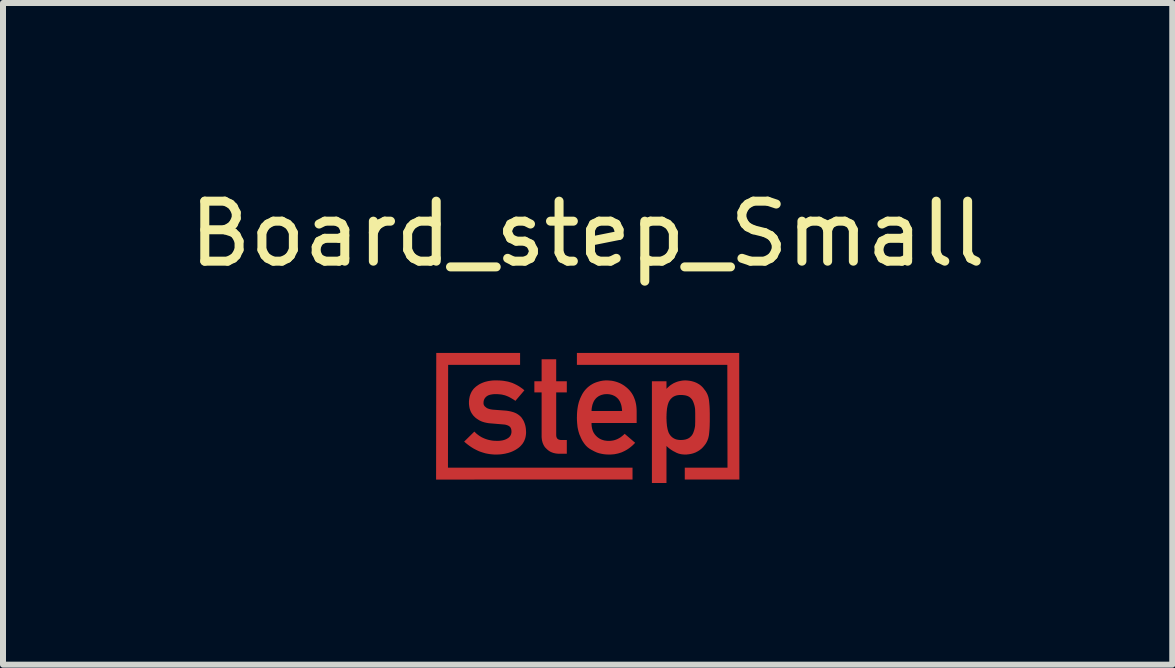
<source format=kicad_pcb>
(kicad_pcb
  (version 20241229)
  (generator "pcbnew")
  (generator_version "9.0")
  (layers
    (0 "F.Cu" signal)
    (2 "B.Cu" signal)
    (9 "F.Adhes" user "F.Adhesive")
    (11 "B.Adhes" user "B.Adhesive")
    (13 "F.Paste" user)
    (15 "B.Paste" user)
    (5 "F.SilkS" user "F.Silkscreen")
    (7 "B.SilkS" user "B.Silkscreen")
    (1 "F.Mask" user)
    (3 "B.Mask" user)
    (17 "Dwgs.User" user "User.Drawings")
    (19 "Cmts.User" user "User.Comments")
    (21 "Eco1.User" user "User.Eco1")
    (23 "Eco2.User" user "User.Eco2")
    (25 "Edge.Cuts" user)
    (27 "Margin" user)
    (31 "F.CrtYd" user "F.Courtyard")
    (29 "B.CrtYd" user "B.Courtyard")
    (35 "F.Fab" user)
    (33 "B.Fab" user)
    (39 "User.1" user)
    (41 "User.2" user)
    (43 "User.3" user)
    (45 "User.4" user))
  (footprint "Board_step_Small"
    (layer "F.Cu")
    (at 6.744 3.848)
    (property "Reference" "Board_step_Small" (at 0 -3 0) (unlocked yes) (layer "F.SilkS") (effects (font (size 1 1) (thickness 0.15))))
    (attr exclude_from_pos_files exclude_from_bom allow_missing_courtyard)
    (fp_poly (pts (xy -1.126 -0.817) (xy -2.325 -0.817) (xy -2.328 0.896) (xy 0.748 0.896) (xy 0.748 1.094) (xy -2.526 1.095) (xy -2.523 -1.016) (xy -1.126 -1.016)) (stroke (width -0.000001) (type solid)) (fill yes) (layer "F.Cu"))
    (fp_poly (pts (xy 2.529 1.094) (xy 1.619 1.094) (xy 1.619 0.896) (xy 2.331 0.896) (xy 2.328 -0.817) (xy -0.179 -0.817) (xy -0.179 -1.016) (xy 2.526 -1.016)) (stroke (width -0.000001) (type solid)) (fill yes) (layer "F.Cu"))
    (fp_poly (pts (xy -0.524 -0.543) (xy -0.347 -0.543) (xy -0.347 -0.358) (xy -0.524 -0.358) (xy -0.524 0.345) (xy -0.524 0.351) (xy -0.524 0.356) (xy -0.523 0.362) (xy -0.523 0.367) (xy -0.522 0.372) (xy -0.522 0.377) (xy -0.521 0.381) (xy -0.519 0.385) (xy -0.518 0.39) (xy -0.516 0.394) (xy -0.515 0.397) (xy -0.513 0.401) (xy -0.511 0.404) (xy -0.509 0.408) (xy -0.506 0.411) (xy -0.504 0.414) (xy -0.501 0.416) (xy -0.498 0.419) (xy -0.495 0.421) (xy -0.491 0.423) (xy -0.488 0.425) (xy -0.484 0.427) (xy -0.48 0.429) (xy -0.476 0.43) (xy -0.472 0.431) (xy -0.468 0.432) (xy -0.463 0.433) (xy -0.459 0.434) (xy -0.454 0.434) (xy -0.449 0.435) (xy -0.443 0.435) (xy -0.438 0.435) (xy -0.347 0.435) (xy -0.347 0.664) (xy -0.474 0.664) (xy -0.49 0.664) (xy -0.505 0.663) (xy -0.52 0.661) (xy -0.535 0.659) (xy -0.549 0.656) (xy -0.563 0.653) (xy -0.577 0.649) (xy -0.59 0.644) (xy -0.603 0.639) (xy -0.616 0.633) (xy -0.628 0.627) (xy -0.64 0.619) (xy -0.651 0.612) (xy -0.662 0.603) (xy -0.673 0.594) (xy -0.683 0.585) (xy -0.693 0.575) (xy -0.703 0.565) (xy -0.712 0.554) (xy -0.72 0.543) (xy -0.727 0.531) (xy -0.734 0.519) (xy -0.74 0.506) (xy -0.746 0.492) (xy -0.751 0.479) (xy -0.755 0.464) (xy -0.759 0.449) (xy -0.762 0.434) (xy -0.764 0.418) (xy -0.766 0.401) (xy -0.767 0.384) (xy -0.767 0.366) (xy -0.767 -0.358) (xy -0.888 -0.358) (xy -0.888 -0.543) (xy -0.767 -0.543) (xy -0.767 -0.91) (xy -0.524 -0.91)) (stroke (width -0.000001) (type solid)) (fill yes) (layer "F.Cu"))
    (fp_poly (pts (xy 0.345 -0.557) (xy 0.37 -0.555) (xy 0.394 -0.553) (xy 0.419 -0.549) (xy 0.442 -0.544) (xy 0.465 -0.538) (xy 0.488 -0.531) (xy 0.51 -0.523) (xy 0.532 -0.514) (xy 0.553 -0.504) (xy 0.573 -0.493) (xy 0.593 -0.481) (xy 0.613 -0.468) (xy 0.632 -0.453) (xy 0.651 -0.438) (xy 0.669 -0.422) (xy 0.686 -0.405) (xy 0.703 -0.387) (xy 0.718 -0.368) (xy 0.733 -0.348) (xy 0.746 -0.327) (xy 0.758 -0.306) (xy 0.769 -0.283) (xy 0.778 -0.26) (xy 0.787 -0.237) (xy 0.795 -0.212) (xy 0.801 -0.187) (xy 0.807 -0.16) (xy 0.811 -0.133) (xy 0.814 -0.106) (xy 0.816 -0.077) (xy 0.817 -0.048) (xy 0.817 0.152) (xy 0.065 0.152) (xy 0.065 0.17) (xy 0.066 0.188) (xy 0.067 0.204) (xy 0.07 0.221) (xy 0.073 0.236) (xy 0.076 0.252) (xy 0.081 0.266) (xy 0.085 0.28) (xy 0.091 0.294) (xy 0.097 0.307) (xy 0.104 0.319) (xy 0.112 0.331) (xy 0.12 0.343) (xy 0.129 0.353) (xy 0.138 0.364) (xy 0.148 0.373) (xy 0.158 0.383) (xy 0.168 0.391) (xy 0.179 0.399) (xy 0.19 0.407) (xy 0.202 0.414) (xy 0.213 0.42) (xy 0.226 0.426) (xy 0.238 0.431) (xy 0.251 0.435) (xy 0.265 0.439) (xy 0.278 0.443) (xy 0.292 0.445) (xy 0.307 0.447) (xy 0.322 0.449) (xy 0.337 0.45) (xy 0.353 0.45) (xy 0.371 0.45) (xy 0.389 0.448) (xy 0.407 0.446) (xy 0.425 0.443) (xy 0.442 0.439) (xy 0.459 0.434) (xy 0.476 0.428) (xy 0.493 0.421) (xy 0.509 0.413) (xy 0.525 0.404) (xy 0.541 0.395) (xy 0.557 0.384) (xy 0.572 0.372) (xy 0.587 0.36) (xy 0.602 0.347) (xy 0.617 0.332) (xy 0.792 0.482) (xy 0.769 0.506) (xy 0.745 0.529) (xy 0.72 0.55) (xy 0.696 0.569) (xy 0.67 0.587) (xy 0.644 0.603) (xy 0.618 0.617) (xy 0.591 0.63) (xy 0.564 0.642) (xy 0.536 0.651) (xy 0.507 0.66) (xy 0.478 0.666) (xy 0.449 0.672) (xy 0.419 0.675) (xy 0.388 0.677) (xy 0.357 0.678) (xy 0.333 0.677) (xy 0.31 0.676) (xy 0.286 0.674) (xy 0.263 0.671) (xy 0.24 0.667) (xy 0.217 0.662) (xy 0.194 0.657) (xy 0.171 0.65) (xy 0.16 0.646) (xy 0.149 0.642) (xy 0.138 0.637) (xy 0.127 0.632) (xy 0.116 0.627) (xy 0.105 0.621) (xy 0.094 0.616) (xy 0.083 0.609) (xy 0.072 0.604) (xy 0.061 0.598) (xy 0.05 0.591) (xy 0.039 0.585) (xy 0.028 0.578) (xy 0.018 0.57) (xy 0.008 0.563) (xy -0.002 0.555) (xy -0.011 0.546) (xy -0.021 0.537) (xy -0.03 0.528) (xy -0.038 0.518) (xy -0.047 0.507) (xy -0.055 0.497) (xy -0.063 0.485) (xy -0.071 0.474) (xy -0.079 0.462) (xy -0.086 0.45) (xy -0.094 0.437) (xy -0.101 0.423) (xy -0.107 0.41) (xy -0.114 0.396) (xy -0.12 0.381) (xy -0.126 0.366) (xy -0.133 0.352) (xy -0.139 0.336) (xy -0.144 0.32) (xy -0.149 0.304) (xy -0.154 0.287) (xy -0.158 0.269) (xy -0.162 0.251) (xy -0.166 0.233) (xy -0.169 0.213) (xy -0.171 0.194) (xy -0.173 0.173) (xy -0.175 0.153) (xy -0.178 0.109) (xy -0.179 0.064) (xy -0.178 0.042) (xy -0.178 0.02) (xy -0.177 -0.001) (xy -0.176 -0.022) (xy -0.174 -0.042) (xy -0.174 -0.048) (xy 0.065 -0.048) (xy 0.574 -0.048) (xy 0.573 -0.065) (xy 0.571 -0.082) (xy 0.569 -0.098) (xy 0.567 -0.114) (xy 0.564 -0.129) (xy 0.561 -0.143) (xy 0.557 -0.158) (xy 0.552 -0.171) (xy 0.547 -0.184) (xy 0.542 -0.197) (xy 0.536 -0.209) (xy 0.529 -0.22) (xy 0.522 -0.231) (xy 0.515 -0.241) (xy 0.507 -0.251) (xy 0.498 -0.26) (xy 0.489 -0.269) (xy 0.48 -0.276) (xy 0.471 -0.284) (xy 0.461 -0.29) (xy 0.451 -0.297) (xy 0.44 -0.302) (xy 0.429 -0.307) (xy 0.418 -0.312) (xy 0.407 -0.316) (xy 0.395 -0.319) (xy 0.383 -0.322) (xy 0.371 -0.325) (xy 0.359 -0.327) (xy 0.346 -0.328) (xy 0.333 -0.329) (xy 0.319 -0.329) (xy 0.306 -0.329) (xy 0.292 -0.328) (xy 0.279 -0.327) (xy 0.267 -0.325) (xy 0.255 -0.322) (xy 0.243 -0.319) (xy 0.231 -0.316) (xy 0.22 -0.312) (xy 0.209 -0.307) (xy 0.198 -0.302) (xy 0.187 -0.297) (xy 0.177 -0.29) (xy 0.168 -0.284) (xy 0.158 -0.276) (xy 0.149 -0.269) (xy 0.14 -0.26) (xy 0.132 -0.251) (xy 0.124 -0.241) (xy 0.116 -0.231) (xy 0.109 -0.22) (xy 0.103 -0.209) (xy 0.097 -0.197) (xy 0.092 -0.184) (xy 0.087 -0.171) (xy 0.082 -0.158) (xy 0.078 -0.143) (xy 0.075 -0.129) (xy 0.072 -0.114) (xy 0.069 -0.098) (xy 0.067 -0.082) (xy 0.066 -0.065) (xy 0.065 -0.048) (xy -0.174 -0.048) (xy -0.172 -0.062) (xy -0.17 -0.081) (xy -0.167 -0.1) (xy -0.164 -0.118) (xy -0.161 -0.136) (xy -0.157 -0.154) (xy -0.153 -0.17) (xy -0.149 -0.187) (xy -0.144 -0.203) (xy -0.139 -0.218) (xy -0.133 -0.233) (xy -0.128 -0.248) (xy -0.122 -0.263) (xy -0.115 -0.277) (xy -0.109 -0.291) (xy -0.102 -0.304) (xy -0.096 -0.317) (xy -0.089 -0.33) (xy -0.082 -0.342) (xy -0.074 -0.354) (xy -0.067 -0.365) (xy -0.059 -0.376) (xy -0.051 -0.386) (xy -0.043 -0.397) (xy -0.034 -0.406) (xy -0.026 -0.416) (xy -0.017 -0.424) (xy -0.008 -0.433) (xy 0.001 -0.442) (xy 0.01 -0.45) (xy 0.02 -0.457) (xy 0.03 -0.465) (xy 0.039 -0.472) (xy 0.049 -0.479) (xy 0.059 -0.485) (xy 0.07 -0.492) (xy 0.08 -0.498) (xy 0.09 -0.503) (xy 0.101 -0.509) (xy 0.112 -0.514) (xy 0.123 -0.518) (xy 0.133 -0.523) (xy 0.145 -0.527) (xy 0.167 -0.534) (xy 0.189 -0.54) (xy 0.21 -0.546) (xy 0.221 -0.548) (xy 0.232 -0.55) (xy 0.243 -0.552) (xy 0.254 -0.554) (xy 0.265 -0.555) (xy 0.276 -0.556) (xy 0.287 -0.557) (xy 0.297 -0.558) (xy 0.308 -0.558) (xy 0.319 -0.558)) (stroke (width -0.000001) (type solid)) (fill yes) (layer "F.Cu"))
    (fp_poly (pts (xy 1.653 -0.557) (xy 1.68 -0.554) (xy 1.705 -0.551) (xy 1.73 -0.546) (xy 1.753 -0.54) (xy 1.776 -0.533) (xy 1.797 -0.525) (xy 1.808 -0.52) (xy 1.818 -0.516) (xy 1.828 -0.51) (xy 1.838 -0.505) (xy 1.847 -0.499) (xy 1.857 -0.494) (xy 1.866 -0.487) (xy 1.875 -0.481) (xy 1.883 -0.474) (xy 1.892 -0.467) (xy 1.9 -0.459) (xy 1.908 -0.452) (xy 1.915 -0.444) (xy 1.923 -0.436) (xy 1.93 -0.427) (xy 1.937 -0.418) (xy 1.944 -0.409) (xy 1.95 -0.4) (xy 1.956 -0.393) (xy 1.962 -0.385) (xy 1.968 -0.377) (xy 1.973 -0.369) (xy 1.978 -0.361) (xy 1.983 -0.352) (xy 1.988 -0.343) (xy 1.992 -0.334) (xy 1.997 -0.324) (xy 2 -0.315) (xy 2.004 -0.305) (xy 2.008 -0.294) (xy 2.011 -0.284) (xy 2.014 -0.273) (xy 2.016 -0.261) (xy 2.019 -0.25) (xy 2.023 -0.225) (xy 2.026 -0.196) (xy 2.029 -0.163) (xy 2.032 -0.126) (xy 2.034 -0.085) (xy 2.035 -0.04) (xy 2.036 0.009) (xy 2.036 0.062) (xy 2.036 0.113) (xy 2.035 0.161) (xy 2.034 0.205) (xy 2.032 0.245) (xy 2.029 0.282) (xy 2.026 0.315) (xy 2.023 0.344) (xy 2.019 0.369) (xy 2.016 0.38) (xy 2.014 0.391) (xy 2.011 0.402) (xy 2.008 0.413) (xy 2.004 0.423) (xy 2 0.434) (xy 1.997 0.444) (xy 1.992 0.453) (xy 1.988 0.463) (xy 1.983 0.472) (xy 1.978 0.481) (xy 1.973 0.489) (xy 1.968 0.498) (xy 1.962 0.506) (xy 1.956 0.514) (xy 1.95 0.521) (xy 1.944 0.53) (xy 1.937 0.538) (xy 1.93 0.546) (xy 1.923 0.554) (xy 1.916 0.562) (xy 1.908 0.569) (xy 1.901 0.577) (xy 1.892 0.584) (xy 1.884 0.591) (xy 1.875 0.597) (xy 1.867 0.604) (xy 1.858 0.61) (xy 1.848 0.616) (xy 1.839 0.622) (xy 1.829 0.627) (xy 1.819 0.632) (xy 1.809 0.638) (xy 1.798 0.643) (xy 1.788 0.647) (xy 1.777 0.651) (xy 1.766 0.655) (xy 1.754 0.659) (xy 1.742 0.662) (xy 1.731 0.665) (xy 1.718 0.668) (xy 1.706 0.67) (xy 1.693 0.672) (xy 1.68 0.674) (xy 1.667 0.675) (xy 1.654 0.677) (xy 1.64 0.677) (xy 1.626 0.678) (xy 1.614 0.678) (xy 1.603 0.677) (xy 1.592 0.676) (xy 1.581 0.675) (xy 1.57 0.674) (xy 1.559 0.672) (xy 1.548 0.67) (xy 1.538 0.668) (xy 1.528 0.665) (xy 1.517 0.662) (xy 1.507 0.659) (xy 1.498 0.655) (xy 1.488 0.651) (xy 1.478 0.647) (xy 1.469 0.642) (xy 1.46 0.637) (xy 1.45 0.632) (xy 1.44 0.627) (xy 1.43 0.622) (xy 1.421 0.617) (xy 1.412 0.611) (xy 1.402 0.605) (xy 1.393 0.599) (xy 1.384 0.593) (xy 1.375 0.586) (xy 1.366 0.58) (xy 1.357 0.573) (xy 1.348 0.566) (xy 1.34 0.558) (xy 1.331 0.551) (xy 1.323 0.543) (xy 1.314 0.535) (xy 1.314 1.152) (xy 1.071 1.152) (xy 1.071 0.062) (xy 1.314 0.062) (xy 1.314 0.078) (xy 1.315 0.094) (xy 1.315 0.11) (xy 1.316 0.126) (xy 1.317 0.142) (xy 1.318 0.158) (xy 1.32 0.174) (xy 1.321 0.19) (xy 1.323 0.206) (xy 1.326 0.222) (xy 1.329 0.238) (xy 1.332 0.254) (xy 1.336 0.269) (xy 1.34 0.283) (xy 1.345 0.298) (xy 1.35 0.312) (xy 1.353 0.318) (xy 1.357 0.325) (xy 1.36 0.331) (xy 1.364 0.338) (xy 1.368 0.344) (xy 1.372 0.35) (xy 1.376 0.355) (xy 1.38 0.361) (xy 1.385 0.366) (xy 1.39 0.372) (xy 1.395 0.377) (xy 1.4 0.382) (xy 1.406 0.387) (xy 1.411 0.391) (xy 1.417 0.396) (xy 1.423 0.4) (xy 1.43 0.404) (xy 1.436 0.408) (xy 1.443 0.412) (xy 1.45 0.415) (xy 1.457 0.418) (xy 1.464 0.421) (xy 1.472 0.424) (xy 1.48 0.426) (xy 1.488 0.428) (xy 1.496 0.43) (xy 1.505 0.431) (xy 1.514 0.433) (xy 1.523 0.434) (xy 1.533 0.434) (xy 1.543 0.435) (xy 1.553 0.435) (xy 1.563 0.435) (xy 1.574 0.434) (xy 1.584 0.434) (xy 1.593 0.433) (xy 1.603 0.432) (xy 1.612 0.43) (xy 1.621 0.429) (xy 1.63 0.427) (xy 1.638 0.424) (xy 1.646 0.422) (xy 1.654 0.419) (xy 1.661 0.417) (xy 1.669 0.413) (xy 1.676 0.41) (xy 1.682 0.406) (xy 1.689 0.402) (xy 1.695 0.398) (xy 1.701 0.394) (xy 1.706 0.389) (xy 1.712 0.384) (xy 1.717 0.379) (xy 1.722 0.374) (xy 1.727 0.369) (xy 1.731 0.364) (xy 1.736 0.359) (xy 1.74 0.353) (xy 1.744 0.347) (xy 1.747 0.341) (xy 1.751 0.335) (xy 1.754 0.329) (xy 1.757 0.323) (xy 1.76 0.316) (xy 1.765 0.303) (xy 1.77 0.288) (xy 1.775 0.274) (xy 1.779 0.259) (xy 1.783 0.243) (xy 1.786 0.228) (xy 1.789 0.212) (xy 1.791 0.195) (xy 1.792 0.163) (xy 1.793 0.129) (xy 1.793 0.096) (xy 1.793 0.062) (xy 1.793 0.026) (xy 1.793 -0.009) (xy 1.792 -0.044) (xy 1.791 -0.079) (xy 1.789 -0.096) (xy 1.786 -0.112) (xy 1.783 -0.128) (xy 1.779 -0.144) (xy 1.775 -0.158) (xy 1.77 -0.173) (xy 1.765 -0.187) (xy 1.76 -0.2) (xy 1.757 -0.207) (xy 1.754 -0.213) (xy 1.751 -0.22) (xy 1.747 -0.226) (xy 1.744 -0.232) (xy 1.74 -0.238) (xy 1.736 -0.243) (xy 1.731 -0.249) (xy 1.727 -0.254) (xy 1.722 -0.259) (xy 1.717 -0.264) (xy 1.712 -0.269) (xy 1.706 -0.273) (xy 1.701 -0.278) (xy 1.695 -0.282) (xy 1.689 -0.286) (xy 1.682 -0.289) (xy 1.676 -0.293) (xy 1.669 -0.296) (xy 1.661 -0.299) (xy 1.654 -0.301) (xy 1.646 -0.304) (xy 1.638 -0.306) (xy 1.63 -0.308) (xy 1.621 -0.309) (xy 1.612 -0.311) (xy 1.603 -0.312) (xy 1.593 -0.313) (xy 1.584 -0.314) (xy 1.574 -0.315) (xy 1.563 -0.315) (xy 1.553 -0.315) (xy 1.543 -0.315) (xy 1.533 -0.315) (xy 1.523 -0.314) (xy 1.514 -0.313) (xy 1.505 -0.312) (xy 1.496 -0.31) (xy 1.488 -0.309) (xy 1.48 -0.307) (xy 1.472 -0.304) (xy 1.464 -0.302) (xy 1.457 -0.299) (xy 1.45 -0.296) (xy 1.443 -0.293) (xy 1.436 -0.289) (xy 1.43 -0.286) (xy 1.423 -0.282) (xy 1.417 -0.277) (xy 1.411 -0.273) (xy 1.406 -0.268) (xy 1.4 -0.263) (xy 1.395 -0.258) (xy 1.39 -0.253) (xy 1.385 -0.248) (xy 1.38 -0.242) (xy 1.376 -0.237) (xy 1.372 -0.231) (xy 1.368 -0.225) (xy 1.364 -0.219) (xy 1.36 -0.213) (xy 1.357 -0.206) (xy 1.353 -0.2) (xy 1.35 -0.193) (xy 1.345 -0.179) (xy 1.34 -0.165) (xy 1.336 -0.151) (xy 1.332 -0.136) (xy 1.329 -0.121) (xy 1.326 -0.106) (xy 1.323 -0.09) (xy 1.321 -0.075) (xy 1.32 -0.058) (xy 1.318 -0.041) (xy 1.317 -0.024) (xy 1.316 -0.007) (xy 1.315 0.01) (xy 1.315 0.028) (xy 1.314 0.045) (xy 1.314 0.062) (xy 1.071 0.062) (xy 1.071 -0.543) (xy 1.314 -0.543) (xy 1.314 -0.417) (xy 1.33 -0.434) (xy 1.346 -0.449) (xy 1.362 -0.463) (xy 1.379 -0.477) (xy 1.397 -0.489) (xy 1.415 -0.5) (xy 1.433 -0.511) (xy 1.453 -0.52) (xy 1.472 -0.528) (xy 1.493 -0.536) (xy 1.513 -0.542) (xy 1.535 -0.547) (xy 1.557 -0.551) (xy 1.579 -0.555) (xy 1.602 -0.557) (xy 1.626 -0.558)) (stroke (width -0.000001) (type solid)) (fill yes) (layer "F.Cu"))
    (fp_poly (pts (xy -1.508 -0.558) (xy -1.488 -0.557) (xy -1.468 -0.557) (xy -1.449 -0.555) (xy -1.431 -0.554) (xy -1.413 -0.552) (xy -1.396 -0.55) (xy -1.379 -0.547) (xy -1.362 -0.544) (xy -1.346 -0.541) (xy -1.33 -0.538) (xy -1.314 -0.534) (xy -1.299 -0.529) (xy -1.284 -0.525) (xy -1.269 -0.52) (xy -1.254 -0.515) (xy -1.24 -0.509) (xy -1.227 -0.503) (xy -1.213 -0.497) (xy -1.2 -0.49) (xy -1.187 -0.484) (xy -1.174 -0.477) (xy -1.161 -0.469) (xy -1.148 -0.462) (xy -1.136 -0.454) (xy -1.124 -0.446) (xy -1.112 -0.438) (xy -1.1 -0.429) (xy -1.088 -0.421) (xy -1.077 -0.412) (xy -1.065 -0.402) (xy -1.054 -0.393) (xy -1.204 -0.217) (xy -1.222 -0.23) (xy -1.239 -0.241) (xy -1.258 -0.252) (xy -1.276 -0.263) (xy -1.294 -0.273) (xy -1.313 -0.283) (xy -1.333 -0.292) (xy -1.352 -0.3) (xy -1.362 -0.303) (xy -1.371 -0.307) (xy -1.381 -0.31) (xy -1.392 -0.313) (xy -1.402 -0.315) (xy -1.413 -0.318) (xy -1.423 -0.32) (xy -1.434 -0.322) (xy -1.445 -0.324) (xy -1.457 -0.325) (xy -1.48 -0.327) (xy -1.504 -0.329) (xy -1.528 -0.329) (xy -1.542 -0.329) (xy -1.556 -0.329) (xy -1.569 -0.328) (xy -1.581 -0.327) (xy -1.593 -0.325) (xy -1.604 -0.323) (xy -1.615 -0.321) (xy -1.625 -0.319) (xy -1.635 -0.316) (xy -1.644 -0.313) (xy -1.653 -0.31) (xy -1.661 -0.306) (xy -1.668 -0.302) (xy -1.675 -0.298) (xy -1.682 -0.293) (xy -1.688 -0.288) (xy -1.694 -0.283) (xy -1.699 -0.278) (xy -1.704 -0.272) (xy -1.709 -0.266) (xy -1.713 -0.261) (xy -1.717 -0.255) (xy -1.72 -0.248) (xy -1.724 -0.242) (xy -1.726 -0.235) (xy -1.729 -0.228) (xy -1.731 -0.221) (xy -1.732 -0.214) (xy -1.734 -0.207) (xy -1.735 -0.199) (xy -1.735 -0.191) (xy -1.735 -0.183) (xy -1.736 -0.178) (xy -1.735 -0.174) (xy -1.735 -0.169) (xy -1.734 -0.164) (xy -1.733 -0.159) (xy -1.732 -0.155) (xy -1.73 -0.15) (xy -1.728 -0.145) (xy -1.725 -0.141) (xy -1.723 -0.137) (xy -1.72 -0.133) (xy -1.716 -0.128) (xy -1.713 -0.124) (xy -1.709 -0.12) (xy -1.704 -0.117) (xy -1.7 -0.113) (xy -1.695 -0.109) (xy -1.69 -0.105) (xy -1.685 -0.101) (xy -1.679 -0.097) (xy -1.673 -0.094) (xy -1.666 -0.091) (xy -1.659 -0.088) (xy -1.651 -0.085) (xy -1.643 -0.083) (xy -1.635 -0.08) (xy -1.626 -0.078) (xy -1.617 -0.076) (xy -1.607 -0.074) (xy -1.597 -0.073) (xy -1.587 -0.071) (xy -1.576 -0.07) (xy -1.376 -0.055) (xy -1.353 -0.053) (xy -1.331 -0.05) (xy -1.309 -0.046) (xy -1.288 -0.042) (xy -1.269 -0.037) (xy -1.25 -0.032) (xy -1.231 -0.026) (xy -1.214 -0.019) (xy -1.197 -0.012) (xy -1.182 -0.004) (xy -1.167 0.005) (xy -1.153 0.015) (xy -1.139 0.025) (xy -1.127 0.036) (xy -1.115 0.047) (xy -1.104 0.059) (xy -1.095 0.072) (xy -1.086 0.085) (xy -1.078 0.098) (xy -1.07 0.111) (xy -1.063 0.125) (xy -1.057 0.14) (xy -1.051 0.155) (xy -1.046 0.17) (xy -1.041 0.186) (xy -1.037 0.202) (xy -1.034 0.218) (xy -1.031 0.235) (xy -1.029 0.253) (xy -1.028 0.27) (xy -1.027 0.289) (xy -1.026 0.307) (xy -1.027 0.329) (xy -1.029 0.35) (xy -1.032 0.37) (xy -1.036 0.39) (xy -1.041 0.409) (xy -1.048 0.427) (xy -1.051 0.436) (xy -1.055 0.445) (xy -1.059 0.454) (xy -1.063 0.462) (xy -1.068 0.471) (xy -1.073 0.479) (xy -1.078 0.487) (xy -1.083 0.495) (xy -1.089 0.503) (xy -1.095 0.51) (xy -1.108 0.525) (xy -1.121 0.539) (xy -1.136 0.553) (xy -1.152 0.566) (xy -1.169 0.578) (xy -1.187 0.59) (xy -1.205 0.601) (xy -1.224 0.611) (xy -1.244 0.621) (xy -1.264 0.63) (xy -1.285 0.638) (xy -1.306 0.645) (xy -1.328 0.652) (xy -1.351 0.657) (xy -1.374 0.663) (xy -1.398 0.667) (xy -1.422 0.671) (xy -1.447 0.674) (xy -1.473 0.676) (xy -1.499 0.677) (xy -1.526 0.678) (xy -1.563 0.677) (xy -1.599 0.674) (xy -1.635 0.67) (xy -1.67 0.664) (xy -1.705 0.657) (xy -1.739 0.647) (xy -1.773 0.636) (xy -1.807 0.624) (xy -1.84 0.609) (xy -1.872 0.593) (xy -1.904 0.576) (xy -1.936 0.556) (xy -1.967 0.535) (xy -1.998 0.512) (xy -2.028 0.488) (xy -2.058 0.462) (xy -1.888 0.295) (xy -1.869 0.314) (xy -1.85 0.332) (xy -1.829 0.348) (xy -1.809 0.363) (xy -1.787 0.377) (xy -1.765 0.39) (xy -1.742 0.401) (xy -1.719 0.411) (xy -1.695 0.42) (xy -1.67 0.428) (xy -1.644 0.435) (xy -1.618 0.44) (xy -1.591 0.445) (xy -1.563 0.448) (xy -1.535 0.449) (xy -1.506 0.45) (xy -1.493 0.45) (xy -1.481 0.449) (xy -1.468 0.449) (xy -1.456 0.447) (xy -1.445 0.446) (xy -1.433 0.444) (xy -1.422 0.442) (xy -1.411 0.44) (xy -1.401 0.437) (xy -1.391 0.434) (xy -1.381 0.431) (xy -1.371 0.427) (xy -1.362 0.423) (xy -1.353 0.419) (xy -1.344 0.414) (xy -1.336 0.409) (xy -1.327 0.404) (xy -1.32 0.399) (xy -1.313 0.393) (xy -1.306 0.387) (xy -1.301 0.381) (xy -1.295 0.374) (xy -1.29 0.367) (xy -1.286 0.36) (xy -1.282 0.353) (xy -1.279 0.346) (xy -1.276 0.338) (xy -1.274 0.33) (xy -1.272 0.322) (xy -1.27 0.313) (xy -1.27 0.304) (xy -1.269 0.295) (xy -1.27 0.287) (xy -1.27 0.28) (xy -1.271 0.272) (xy -1.272 0.265) (xy -1.273 0.259) (xy -1.275 0.252) (xy -1.276 0.249) (xy -1.277 0.246) (xy -1.278 0.243) (xy -1.279 0.24) (xy -1.281 0.237) (xy -1.282 0.235) (xy -1.283 0.232) (xy -1.285 0.23) (xy -1.286 0.227) (xy -1.288 0.225) (xy -1.29 0.222) (xy -1.292 0.22) (xy -1.293 0.218) (xy -1.295 0.216) (xy -1.297 0.214) (xy -1.3 0.212) (xy -1.302 0.21) (xy -1.304 0.208) (xy -1.306 0.206) (xy -1.309 0.205) (xy -1.314 0.201) (xy -1.319 0.198) (xy -1.325 0.196) (xy -1.331 0.193) (xy -1.337 0.19) (xy -1.343 0.188) (xy -1.35 0.186) (xy -1.356 0.184) (xy -1.363 0.182) (xy -1.37 0.181) (xy -1.377 0.179) (xy -1.385 0.178) (xy -1.393 0.177) (xy -1.4 0.176) (xy -1.409 0.176) (xy -1.417 0.175) (xy -1.631 0.157) (xy -1.65 0.155) (xy -1.668 0.152) (xy -1.686 0.149) (xy -1.703 0.145) (xy -1.721 0.141) (xy -1.737 0.136) (xy -1.753 0.131) (xy -1.769 0.125) (xy -1.784 0.118) (xy -1.799 0.111) (xy -1.813 0.103) (xy -1.827 0.094) (xy -1.841 0.085) (xy -1.854 0.076) (xy -1.867 0.066) (xy -1.879 0.055) (xy -1.89 0.044) (xy -1.902 0.032) (xy -1.912 0.02) (xy -1.921 0.007) (xy -1.93 -0.006) (xy -1.938 -0.019) (xy -1.946 -0.034) (xy -1.952 -0.048) (xy -1.958 -0.064) (xy -1.963 -0.08) (xy -1.968 -0.096) (xy -1.971 -0.113) (xy -1.974 -0.13) (xy -1.976 -0.148) (xy -1.978 -0.167) (xy -1.978 -0.186) (xy -1.978 -0.209) (xy -1.976 -0.231) (xy -1.973 -0.252) (xy -1.969 -0.273) (xy -1.965 -0.293) (xy -1.959 -0.312) (xy -1.952 -0.331) (xy -1.944 -0.349) (xy -1.936 -0.366) (xy -1.926 -0.382) (xy -1.915 -0.398) (xy -1.904 -0.413) (xy -1.891 -0.427) (xy -1.877 -0.44) (xy -1.863 -0.453) (xy -1.847 -0.465) (xy -1.831 -0.476) (xy -1.815 -0.487) (xy -1.798 -0.497) (xy -1.78 -0.506) (xy -1.762 -0.514) (xy -1.743 -0.522) (xy -1.724 -0.529) (xy -1.705 -0.535) (xy -1.685 -0.54) (xy -1.664 -0.545) (xy -1.643 -0.549) (xy -1.621 -0.552) (xy -1.599 -0.555) (xy -1.576 -0.557) (xy -1.552 -0.558) (xy -1.528 -0.558)) (stroke (width -0.000001) (type solid)) (fill yes) (layer "F.Cu"))
    (fp_poly (pts (xy -1.126 -0.818) (xy -2.324 -0.818) (xy -2.327 0.895) (xy 0.748 0.895) (xy 0.748 1.093) (xy -2.526 1.094) (xy -2.522 -1.017) (xy -1.126 -1.017)) (stroke (width -0.000001) (type solid)) (fill yes) (layer "F.Mask"))
    (fp_poly (pts (xy 2.53 1.094) (xy 1.619 1.093) (xy 1.619 0.895) (xy 2.331 0.895) (xy 2.328 -0.818) (xy -0.179 -0.818) (xy -0.179 -1.017) (xy 2.526 -1.017)) (stroke (width -0.000001) (type solid)) (fill yes) (layer "F.Mask"))
    (fp_poly (pts (xy -0.523 -0.544) (xy -0.347 -0.544) (xy -0.347 -0.359) (xy -0.523 -0.359) (xy -0.523 0.345) (xy -0.524 0.35) (xy -0.523 0.356) (xy -0.523 0.361) (xy -0.523 0.366) (xy -0.522 0.371) (xy -0.521 0.376) (xy -0.52 0.38) (xy -0.519 0.385) (xy -0.518 0.389) (xy -0.516 0.393) (xy -0.514 0.397) (xy -0.513 0.4) (xy -0.51 0.404) (xy -0.508 0.407) (xy -0.506 0.41) (xy -0.503 0.413) (xy -0.5 0.416) (xy -0.497 0.418) (xy -0.494 0.42) (xy -0.491 0.423) (xy -0.488 0.425) (xy -0.484 0.426) (xy -0.48 0.428) (xy -0.476 0.429) (xy -0.472 0.431) (xy -0.468 0.432) (xy -0.463 0.432) (xy -0.458 0.433) (xy -0.453 0.434) (xy -0.448 0.434) (xy -0.443 0.434) (xy -0.438 0.434) (xy -0.347 0.434) (xy -0.347 0.663) (xy -0.474 0.663) (xy -0.49 0.663) (xy -0.505 0.662) (xy -0.52 0.66) (xy -0.535 0.658) (xy -0.549 0.656) (xy -0.563 0.652) (xy -0.577 0.648) (xy -0.59 0.643) (xy -0.603 0.638) (xy -0.615 0.632) (xy -0.627 0.626) (xy -0.639 0.619) (xy -0.651 0.611) (xy -0.662 0.603) (xy -0.672 0.594) (xy -0.683 0.584) (xy -0.693 0.574) (xy -0.702 0.564) (xy -0.711 0.553) (xy -0.719 0.542) (xy -0.727 0.53) (xy -0.734 0.518) (xy -0.74 0.505) (xy -0.746 0.492) (xy -0.75 0.478) (xy -0.755 0.463) (xy -0.758 0.448) (xy -0.761 0.433) (xy -0.764 0.417) (xy -0.765 0.4) (xy -0.766 0.383) (xy -0.767 0.366) (xy -0.767 -0.359) (xy -0.888 -0.359) (xy -0.888 -0.544) (xy -0.767 -0.544) (xy -0.767 -0.911) (xy -0.523 -0.911)) (stroke (width -0.000001) (type solid)) (fill yes) (layer "F.Mask"))
    (fp_poly (pts (xy 0.345 -0.558) (xy 0.37 -0.556) (xy 0.395 -0.553) (xy 0.419 -0.549) (xy 0.442 -0.545) (xy 0.466 -0.539) (xy 0.488 -0.532) (xy 0.51 -0.524) (xy 0.532 -0.515) (xy 0.553 -0.505) (xy 0.574 -0.494) (xy 0.594 -0.481) (xy 0.613 -0.468) (xy 0.633 -0.454) (xy 0.651 -0.439) (xy 0.669 -0.423) (xy 0.687 -0.406) (xy 0.703 -0.387) (xy 0.719 -0.368) (xy 0.733 -0.349) (xy 0.746 -0.328) (xy 0.758 -0.306) (xy 0.769 -0.284) (xy 0.779 -0.261) (xy 0.788 -0.237) (xy 0.795 -0.213) (xy 0.802 -0.187) (xy 0.807 -0.161) (xy 0.811 -0.134) (xy 0.814 -0.106) (xy 0.816 -0.078) (xy 0.817 -0.048) (xy 0.817 0.152) (xy 0.065 0.152) (xy 0.065 0.17) (xy 0.066 0.187) (xy 0.068 0.204) (xy 0.07 0.22) (xy 0.073 0.236) (xy 0.077 0.251) (xy 0.081 0.265) (xy 0.086 0.28) (xy 0.091 0.293) (xy 0.098 0.306) (xy 0.104 0.319) (xy 0.112 0.331) (xy 0.12 0.342) (xy 0.129 0.353) (xy 0.138 0.363) (xy 0.149 0.373) (xy 0.159 0.382) (xy 0.169 0.391) (xy 0.179 0.399) (xy 0.191 0.406) (xy 0.202 0.413) (xy 0.214 0.419) (xy 0.226 0.425) (xy 0.239 0.43) (xy 0.252 0.435) (xy 0.265 0.438) (xy 0.279 0.442) (xy 0.293 0.444) (xy 0.307 0.447) (xy 0.322 0.448) (xy 0.337 0.449) (xy 0.353 0.449) (xy 0.371 0.449) (xy 0.39 0.447) (xy 0.407 0.445) (xy 0.425 0.442) (xy 0.442 0.438) (xy 0.459 0.433) (xy 0.476 0.427) (xy 0.493 0.42) (xy 0.509 0.412) (xy 0.525 0.403) (xy 0.541 0.394) (xy 0.557 0.383) (xy 0.572 0.372) (xy 0.588 0.359) (xy 0.602 0.346) (xy 0.617 0.332) (xy 0.792 0.482) (xy 0.769 0.506) (xy 0.745 0.528) (xy 0.721 0.549) (xy 0.696 0.568) (xy 0.671 0.586) (xy 0.645 0.602) (xy 0.618 0.616) (xy 0.591 0.629) (xy 0.564 0.641) (xy 0.536 0.651) (xy 0.508 0.659) (xy 0.479 0.666) (xy 0.449 0.671) (xy 0.419 0.674) (xy 0.389 0.676) (xy 0.358 0.677) (xy 0.334 0.677) (xy 0.31 0.675) (xy 0.287 0.673) (xy 0.263 0.67) (xy 0.24 0.666) (xy 0.217 0.661) (xy 0.194 0.656) (xy 0.172 0.649) (xy 0.16 0.645) (xy 0.149 0.641) (xy 0.138 0.636) (xy 0.127 0.631) (xy 0.116 0.626) (xy 0.105 0.621) (xy 0.094 0.615) (xy 0.083 0.609) (xy 0.072 0.603) (xy 0.061 0.597) (xy 0.05 0.59) (xy 0.039 0.584) (xy 0.029 0.577) (xy 0.018 0.569) (xy 0.008 0.562) (xy -0.002 0.554) (xy -0.011 0.545) (xy -0.02 0.536) (xy -0.029 0.527) (xy -0.038 0.517) (xy -0.047 0.507) (xy -0.055 0.496) (xy -0.063 0.485) (xy -0.071 0.473) (xy -0.079 0.461) (xy -0.086 0.449) (xy -0.093 0.436) (xy -0.1 0.423) (xy -0.107 0.409) (xy -0.114 0.395) (xy -0.12 0.381) (xy -0.126 0.366) (xy -0.132 0.351) (xy -0.138 0.335) (xy -0.144 0.32) (xy -0.149 0.303) (xy -0.154 0.286) (xy -0.158 0.268) (xy -0.162 0.25) (xy -0.165 0.232) (xy -0.168 0.213) (xy -0.171 0.193) (xy -0.173 0.173) (xy -0.175 0.152) (xy -0.177 0.109) (xy -0.178 0.063) (xy -0.178 0.041) (xy -0.177 0.019) (xy -0.177 -0.002) (xy -0.175 -0.022) (xy -0.174 -0.043) (xy -0.173 -0.048) (xy 0.065 -0.048) (xy 0.574 -0.048) (xy 0.573 -0.066) (xy 0.572 -0.082) (xy 0.57 -0.099) (xy 0.567 -0.114) (xy 0.565 -0.13) (xy 0.561 -0.144) (xy 0.557 -0.158) (xy 0.553 -0.172) (xy 0.548 -0.185) (xy 0.542 -0.197) (xy 0.536 -0.209) (xy 0.53 -0.221) (xy 0.523 -0.232) (xy 0.515 -0.242) (xy 0.507 -0.252) (xy 0.498 -0.261) (xy 0.49 -0.27) (xy 0.48 -0.277) (xy 0.471 -0.285) (xy 0.461 -0.291) (xy 0.451 -0.297) (xy 0.441 -0.303) (xy 0.43 -0.308) (xy 0.419 -0.313) (xy 0.407 -0.317) (xy 0.396 -0.32) (xy 0.384 -0.323) (xy 0.372 -0.326) (xy 0.359 -0.328) (xy 0.346 -0.329) (xy 0.333 -0.33) (xy 0.319 -0.33) (xy 0.306 -0.33) (xy 0.293 -0.329) (xy 0.28 -0.328) (xy 0.267 -0.326) (xy 0.255 -0.323) (xy 0.243 -0.32) (xy 0.231 -0.317) (xy 0.22 -0.313) (xy 0.209 -0.308) (xy 0.198 -0.303) (xy 0.188 -0.297) (xy 0.178 -0.291) (xy 0.168 -0.285) (xy 0.158 -0.277) (xy 0.149 -0.27) (xy 0.14 -0.261) (xy 0.132 -0.252) (xy 0.124 -0.242) (xy 0.117 -0.232) (xy 0.11 -0.221) (xy 0.103 -0.209) (xy 0.097 -0.197) (xy 0.092 -0.185) (xy 0.087 -0.172) (xy 0.083 -0.158) (xy 0.079 -0.144) (xy 0.075 -0.13) (xy 0.072 -0.114) (xy 0.07 -0.099) (xy 0.068 -0.082) (xy 0.066 -0.066) (xy 0.065 -0.048) (xy -0.173 -0.048) (xy -0.172 -0.063) (xy -0.169 -0.082) (xy -0.167 -0.101) (xy -0.164 -0.119) (xy -0.16 -0.137) (xy -0.157 -0.154) (xy -0.153 -0.171) (xy -0.148 -0.188) (xy -0.144 -0.204) (xy -0.138 -0.219) (xy -0.133 -0.234) (xy -0.127 -0.249) (xy -0.121 -0.264) (xy -0.115 -0.278) (xy -0.109 -0.292) (xy -0.102 -0.305) (xy -0.095 -0.318) (xy -0.088 -0.331) (xy -0.081 -0.343) (xy -0.074 -0.354) (xy -0.066 -0.366) (xy -0.059 -0.377) (xy -0.051 -0.387) (xy -0.042 -0.397) (xy -0.034 -0.407) (xy -0.026 -0.416) (xy -0.017 -0.425) (xy -0.008 -0.434) (xy 0.001 -0.442) (xy 0.011 -0.45) (xy 0.02 -0.458) (xy 0.03 -0.466) (xy 0.04 -0.473) (xy 0.05 -0.48) (xy 0.06 -0.486) (xy 0.07 -0.492) (xy 0.08 -0.498) (xy 0.091 -0.504) (xy 0.101 -0.509) (xy 0.112 -0.514) (xy 0.123 -0.519) (xy 0.134 -0.523) (xy 0.145 -0.528) (xy 0.167 -0.535) (xy 0.189 -0.541) (xy 0.211 -0.547) (xy 0.222 -0.549) (xy 0.233 -0.551) (xy 0.244 -0.553) (xy 0.254 -0.554) (xy 0.265 -0.556) (xy 0.276 -0.557) (xy 0.287 -0.558) (xy 0.298 -0.558) (xy 0.309 -0.559) (xy 0.319 -0.559)) (stroke (width -0.000001) (type solid)) (fill yes) (layer "F.Mask"))
    (fp_poly (pts (xy 1.654 -0.558) (xy 1.68 -0.555) (xy 1.705 -0.551) (xy 1.73 -0.547) (xy 1.753 -0.541) (xy 1.776 -0.534) (xy 1.798 -0.526) (xy 1.808 -0.521) (xy 1.818 -0.516) (xy 1.828 -0.511) (xy 1.838 -0.506) (xy 1.848 -0.5) (xy 1.857 -0.494) (xy 1.866 -0.488) (xy 1.875 -0.482) (xy 1.884 -0.475) (xy 1.892 -0.468) (xy 1.9 -0.46) (xy 1.908 -0.453) (xy 1.916 -0.445) (xy 1.923 -0.436) (xy 1.93 -0.428) (xy 1.937 -0.419) (xy 1.944 -0.41) (xy 1.951 -0.401) (xy 1.957 -0.393) (xy 1.963 -0.386) (xy 1.968 -0.378) (xy 1.974 -0.37) (xy 1.979 -0.362) (xy 1.984 -0.353) (xy 1.988 -0.344) (xy 1.993 -0.335) (xy 1.997 -0.325) (xy 2.001 -0.315) (xy 2.005 -0.305) (xy 2.008 -0.295) (xy 2.011 -0.284) (xy 2.014 -0.273) (xy 2.017 -0.262) (xy 2.019 -0.251) (xy 2.023 -0.226) (xy 2.027 -0.197) (xy 2.03 -0.164) (xy 2.032 -0.127) (xy 2.034 -0.086) (xy 2.036 -0.041) (xy 2.037 0.008) (xy 2.037 0.061) (xy 2.037 0.113) (xy 2.036 0.16) (xy 2.034 0.204) (xy 2.032 0.245) (xy 2.03 0.281) (xy 2.027 0.314) (xy 2.023 0.343) (xy 2.019 0.368) (xy 2.017 0.379) (xy 2.014 0.391) (xy 2.011 0.402) (xy 2.008 0.412) (xy 2.005 0.423) (xy 2.001 0.433) (xy 1.997 0.443) (xy 1.993 0.452) (xy 1.988 0.462) (xy 1.984 0.471) (xy 1.979 0.48) (xy 1.974 0.488) (xy 1.968 0.497) (xy 1.963 0.505) (xy 1.957 0.513) (xy 1.951 0.52) (xy 1.944 0.529) (xy 1.938 0.537) (xy 1.931 0.545) (xy 1.924 0.553) (xy 1.916 0.561) (xy 1.909 0.569) (xy 1.901 0.576) (xy 1.893 0.583) (xy 1.884 0.59) (xy 1.876 0.596) (xy 1.867 0.603) (xy 1.858 0.609) (xy 1.849 0.615) (xy 1.839 0.621) (xy 1.829 0.626) (xy 1.819 0.632) (xy 1.809 0.637) (xy 1.799 0.642) (xy 1.788 0.646) (xy 1.777 0.651) (xy 1.766 0.655) (xy 1.755 0.658) (xy 1.743 0.662) (xy 1.731 0.665) (xy 1.719 0.667) (xy 1.706 0.67) (xy 1.694 0.672) (xy 1.681 0.673) (xy 1.667 0.675) (xy 1.654 0.676) (xy 1.64 0.676) (xy 1.626 0.677) (xy 1.615 0.677) (xy 1.603 0.676) (xy 1.592 0.676) (xy 1.581 0.674) (xy 1.57 0.673) (xy 1.559 0.671) (xy 1.549 0.669) (xy 1.538 0.667) (xy 1.528 0.664) (xy 1.518 0.661) (xy 1.508 0.658) (xy 1.498 0.654) (xy 1.488 0.65) (xy 1.479 0.646) (xy 1.469 0.641) (xy 1.46 0.636) (xy 1.45 0.632) (xy 1.44 0.627) (xy 1.431 0.621) (xy 1.421 0.616) (xy 1.412 0.61) (xy 1.403 0.605) (xy 1.393 0.598) (xy 1.384 0.592) (xy 1.375 0.586) (xy 1.366 0.579) (xy 1.357 0.572) (xy 1.349 0.565) (xy 1.34 0.557) (xy 1.331 0.55) (xy 1.323 0.542) (xy 1.315 0.534) (xy 1.315 1.151) (xy 1.072 1.151) (xy 1.072 0.061) (xy 1.315 0.061) (xy 1.315 0.077) (xy 1.315 0.093) (xy 1.316 0.109) (xy 1.316 0.125) (xy 1.317 0.141) (xy 1.319 0.157) (xy 1.32 0.173) (xy 1.322 0.189) (xy 1.324 0.205) (xy 1.326 0.222) (xy 1.329 0.237) (xy 1.332 0.253) (xy 1.336 0.268) (xy 1.341 0.283) (xy 1.345 0.297) (xy 1.351 0.311) (xy 1.354 0.318) (xy 1.357 0.324) (xy 1.36 0.331) (xy 1.364 0.337) (xy 1.368 0.343) (xy 1.372 0.349) (xy 1.376 0.355) (xy 1.381 0.36) (xy 1.385 0.366) (xy 1.39 0.371) (xy 1.395 0.376) (xy 1.401 0.381) (xy 1.406 0.386) (xy 1.412 0.39) (xy 1.418 0.395) (xy 1.424 0.399) (xy 1.43 0.404) (xy 1.436 0.407) (xy 1.443 0.411) (xy 1.45 0.415) (xy 1.457 0.418) (xy 1.464 0.421) (xy 1.472 0.423) (xy 1.48 0.425) (xy 1.488 0.427) (xy 1.497 0.429) (xy 1.505 0.431) (xy 1.514 0.432) (xy 1.524 0.433) (xy 1.533 0.433) (xy 1.543 0.434) (xy 1.553 0.434) (xy 1.564 0.434) (xy 1.574 0.433) (xy 1.584 0.433) (xy 1.594 0.432) (xy 1.603 0.431) (xy 1.612 0.429) (xy 1.621 0.428) (xy 1.63 0.426) (xy 1.638 0.424) (xy 1.647 0.421) (xy 1.654 0.419) (xy 1.662 0.416) (xy 1.669 0.413) (xy 1.676 0.409) (xy 1.683 0.405) (xy 1.689 0.402) (xy 1.695 0.397) (xy 1.701 0.393) (xy 1.707 0.388) (xy 1.712 0.383) (xy 1.717 0.379) (xy 1.722 0.374) (xy 1.727 0.368) (xy 1.732 0.363) (xy 1.736 0.358) (xy 1.74 0.352) (xy 1.744 0.346) (xy 1.748 0.341) (xy 1.751 0.335) (xy 1.754 0.328) (xy 1.757 0.322) (xy 1.76 0.316) (xy 1.766 0.302) (xy 1.771 0.287) (xy 1.775 0.273) (xy 1.779 0.258) (xy 1.783 0.243) (xy 1.786 0.227) (xy 1.789 0.211) (xy 1.791 0.195) (xy 1.792 0.162) (xy 1.793 0.129) (xy 1.794 0.095) (xy 1.794 0.061) (xy 1.794 0.025) (xy 1.793 -0.01) (xy 1.792 -0.045) (xy 1.791 -0.08) (xy 1.789 -0.097) (xy 1.786 -0.113) (xy 1.783 -0.129) (xy 1.779 -0.144) (xy 1.775 -0.159) (xy 1.771 -0.174) (xy 1.766 -0.187) (xy 1.76 -0.201) (xy 1.757 -0.207) (xy 1.754 -0.214) (xy 1.751 -0.22) (xy 1.748 -0.227) (xy 1.744 -0.233) (xy 1.74 -0.238) (xy 1.736 -0.244) (xy 1.732 -0.249) (xy 1.727 -0.255) (xy 1.722 -0.26) (xy 1.717 -0.265) (xy 1.712 -0.27) (xy 1.707 -0.274) (xy 1.701 -0.278) (xy 1.695 -0.283) (xy 1.689 -0.287) (xy 1.683 -0.29) (xy 1.676 -0.293) (xy 1.669 -0.297) (xy 1.662 -0.299) (xy 1.654 -0.302) (xy 1.647 -0.304) (xy 1.638 -0.307) (xy 1.63 -0.309) (xy 1.621 -0.31) (xy 1.612 -0.312) (xy 1.603 -0.313) (xy 1.594 -0.314) (xy 1.584 -0.315) (xy 1.574 -0.315) (xy 1.564 -0.316) (xy 1.553 -0.316) (xy 1.543 -0.316) (xy 1.533 -0.315) (xy 1.524 -0.315) (xy 1.514 -0.314) (xy 1.505 -0.313) (xy 1.497 -0.311) (xy 1.488 -0.309) (xy 1.48 -0.307) (xy 1.472 -0.305) (xy 1.464 -0.303) (xy 1.457 -0.3) (xy 1.45 -0.297) (xy 1.443 -0.294) (xy 1.436 -0.29) (xy 1.43 -0.286) (xy 1.424 -0.282) (xy 1.418 -0.278) (xy 1.412 -0.273) (xy 1.406 -0.269) (xy 1.401 -0.264) (xy 1.395 -0.259) (xy 1.39 -0.254) (xy 1.385 -0.249) (xy 1.381 -0.243) (xy 1.376 -0.238) (xy 1.372 -0.232) (xy 1.368 -0.226) (xy 1.364 -0.22) (xy 1.36 -0.214) (xy 1.357 -0.207) (xy 1.354 -0.2) (xy 1.351 -0.194) (xy 1.345 -0.18) (xy 1.341 -0.166) (xy 1.336 -0.151) (xy 1.332 -0.137) (xy 1.329 -0.122) (xy 1.326 -0.107) (xy 1.324 -0.091) (xy 1.322 -0.075) (xy 1.32 -0.058) (xy 1.319 -0.041) (xy 1.317 -0.024) (xy 1.316 -0.007) (xy 1.316 0.01) (xy 1.315 0.027) (xy 1.315 0.044) (xy 1.315 0.061) (xy 1.072 0.061) (xy 1.072 -0.544) (xy 1.315 -0.544) (xy 1.315 -0.418) (xy 1.33 -0.435) (xy 1.346 -0.45) (xy 1.362 -0.464) (xy 1.379 -0.478) (xy 1.397 -0.49) (xy 1.415 -0.501) (xy 1.434 -0.511) (xy 1.453 -0.521) (xy 1.473 -0.529) (xy 1.493 -0.536) (xy 1.514 -0.543) (xy 1.535 -0.548) (xy 1.557 -0.552) (xy 1.58 -0.555) (xy 1.603 -0.558) (xy 1.626 -0.559)) (stroke (width -0.000001) (type solid)) (fill yes) (layer "F.Mask"))
    (fp_poly (pts (xy -1.507 -0.559) (xy -1.487 -0.558) (xy -1.468 -0.557) (xy -1.449 -0.556) (xy -1.43 -0.555) (xy -1.413 -0.553) (xy -1.395 -0.551) (xy -1.378 -0.548) (xy -1.362 -0.545) (xy -1.346 -0.542) (xy -1.33 -0.538) (xy -1.314 -0.534) (xy -1.299 -0.53) (xy -1.283 -0.526) (xy -1.268 -0.521) (xy -1.254 -0.516) (xy -1.24 -0.51) (xy -1.226 -0.504) (xy -1.213 -0.498) (xy -1.2 -0.491) (xy -1.186 -0.484) (xy -1.173 -0.477) (xy -1.161 -0.47) (xy -1.148 -0.463) (xy -1.136 -0.455) (xy -1.123 -0.447) (xy -1.111 -0.439) (xy -1.099 -0.43) (xy -1.088 -0.421) (xy -1.076 -0.412) (xy -1.065 -0.403) (xy -1.054 -0.394) (xy -1.204 -0.218) (xy -1.221 -0.23) (xy -1.239 -0.242) (xy -1.257 -0.253) (xy -1.276 -0.264) (xy -1.294 -0.274) (xy -1.313 -0.283) (xy -1.332 -0.292) (xy -1.352 -0.301) (xy -1.361 -0.304) (xy -1.371 -0.308) (xy -1.381 -0.311) (xy -1.391 -0.313) (xy -1.402 -0.316) (xy -1.412 -0.319) (xy -1.423 -0.321) (xy -1.434 -0.323) (xy -1.445 -0.324) (xy -1.456 -0.326) (xy -1.48 -0.328) (xy -1.504 -0.329) (xy -1.528 -0.33) (xy -1.542 -0.33) (xy -1.556 -0.329) (xy -1.568 -0.329) (xy -1.581 -0.327) (xy -1.593 -0.326) (xy -1.604 -0.324) (xy -1.615 -0.322) (xy -1.625 -0.32) (xy -1.635 -0.317) (xy -1.644 -0.314) (xy -1.653 -0.311) (xy -1.661 -0.307) (xy -1.668 -0.303) (xy -1.675 -0.299) (xy -1.682 -0.294) (xy -1.687 -0.289) (xy -1.693 -0.284) (xy -1.699 -0.278) (xy -1.704 -0.273) (xy -1.708 -0.267) (xy -1.713 -0.261) (xy -1.717 -0.255) (xy -1.72 -0.249) (xy -1.723 -0.243) (xy -1.726 -0.236) (xy -1.728 -0.229) (xy -1.73 -0.222) (xy -1.732 -0.215) (xy -1.733 -0.208) (xy -1.734 -0.2) (xy -1.735 -0.192) (xy -1.735 -0.184) (xy -1.735 -0.179) (xy -1.735 -0.174) (xy -1.735 -0.169) (xy -1.734 -0.165) (xy -1.733 -0.16) (xy -1.731 -0.155) (xy -1.729 -0.151) (xy -1.727 -0.146) (xy -1.725 -0.142) (xy -1.722 -0.138) (xy -1.719 -0.133) (xy -1.716 -0.129) (xy -1.712 -0.125) (xy -1.708 -0.121) (xy -1.704 -0.117) (xy -1.699 -0.114) (xy -1.695 -0.109) (xy -1.69 -0.105) (xy -1.684 -0.102) (xy -1.678 -0.098) (xy -1.672 -0.095) (xy -1.666 -0.092) (xy -1.658 -0.089) (xy -1.651 -0.086) (xy -1.643 -0.083) (xy -1.635 -0.081) (xy -1.626 -0.079) (xy -1.617 -0.077) (xy -1.607 -0.075) (xy -1.597 -0.073) (xy -1.587 -0.072) (xy -1.576 -0.071) (xy -1.376 -0.055) (xy -1.353 -0.053) (xy -1.33 -0.051) (xy -1.309 -0.047) (xy -1.288 -0.043) (xy -1.268 -0.038) (xy -1.249 -0.033) (xy -1.231 -0.027) (xy -1.214 -0.02) (xy -1.197 -0.012) (xy -1.181 -0.004) (xy -1.166 0.005) (xy -1.152 0.014) (xy -1.139 0.024) (xy -1.126 0.035) (xy -1.115 0.046) (xy -1.104 0.059) (xy -1.095 0.071) (xy -1.086 0.084) (xy -1.077 0.097) (xy -1.07 0.111) (xy -1.063 0.125) (xy -1.056 0.139) (xy -1.051 0.154) (xy -1.045 0.169) (xy -1.041 0.185) (xy -1.037 0.201) (xy -1.034 0.218) (xy -1.031 0.235) (xy -1.029 0.252) (xy -1.027 0.27) (xy -1.026 0.288) (xy -1.026 0.306) (xy -1.027 0.328) (xy -1.029 0.349) (xy -1.032 0.369) (xy -1.036 0.389) (xy -1.041 0.408) (xy -1.047 0.427) (xy -1.051 0.436) (xy -1.055 0.444) (xy -1.059 0.453) (xy -1.063 0.462) (xy -1.068 0.47) (xy -1.072 0.478) (xy -1.078 0.486) (xy -1.083 0.494) (xy -1.089 0.502) (xy -1.095 0.51) (xy -1.107 0.524) (xy -1.121 0.538) (xy -1.136 0.552) (xy -1.152 0.565) (xy -1.169 0.577) (xy -1.187 0.589) (xy -1.205 0.6) (xy -1.224 0.61) (xy -1.244 0.62) (xy -1.264 0.629) (xy -1.285 0.637) (xy -1.306 0.644) (xy -1.328 0.651) (xy -1.351 0.657) (xy -1.374 0.662) (xy -1.398 0.666) (xy -1.422 0.67) (xy -1.447 0.673) (xy -1.473 0.675) (xy -1.499 0.676) (xy -1.526 0.677) (xy -1.563 0.676) (xy -1.599 0.674) (xy -1.635 0.669) (xy -1.67 0.663) (xy -1.705 0.656) (xy -1.739 0.647) (xy -1.773 0.636) (xy -1.806 0.623) (xy -1.839 0.609) (xy -1.872 0.593) (xy -1.904 0.575) (xy -1.936 0.556) (xy -1.967 0.534) (xy -1.997 0.512) (xy -2.028 0.487) (xy -2.057 0.461) (xy -1.887 0.295) (xy -1.869 0.313) (xy -1.849 0.331) (xy -1.829 0.347) (xy -1.808 0.362) (xy -1.787 0.376) (xy -1.765 0.389) (xy -1.742 0.4) (xy -1.718 0.411) (xy -1.694 0.42) (xy -1.669 0.427) (xy -1.644 0.434) (xy -1.618 0.44) (xy -1.591 0.444) (xy -1.563 0.447) (xy -1.535 0.449) (xy -1.506 0.449) (xy -1.493 0.449) (xy -1.48 0.449) (xy -1.468 0.448) (xy -1.456 0.447) (xy -1.444 0.445) (xy -1.433 0.443) (xy -1.422 0.441) (xy -1.411 0.439) (xy -1.401 0.436) (xy -1.39 0.433) (xy -1.38 0.43) (xy -1.371 0.426) (xy -1.361 0.422) (xy -1.352 0.418) (xy -1.344 0.414) (xy -1.335 0.409) (xy -1.327 0.403) (xy -1.32 0.398) (xy -1.313 0.392) (xy -1.306 0.386) (xy -1.3 0.38) (xy -1.295 0.373) (xy -1.29 0.367) (xy -1.285 0.36) (xy -1.282 0.352) (xy -1.278 0.345) (xy -1.275 0.337) (xy -1.273 0.329) (xy -1.271 0.321) (xy -1.27 0.312) (xy -1.269 0.304) (xy -1.269 0.295) (xy -1.269 0.287) (xy -1.27 0.279) (xy -1.27 0.272) (xy -1.272 0.265) (xy -1.273 0.258) (xy -1.275 0.251) (xy -1.276 0.248) (xy -1.277 0.245) (xy -1.278 0.242) (xy -1.279 0.239) (xy -1.28 0.237) (xy -1.282 0.234) (xy -1.283 0.231) (xy -1.284 0.229) (xy -1.286 0.226) (xy -1.288 0.224) (xy -1.289 0.222) (xy -1.291 0.219) (xy -1.293 0.217) (xy -1.295 0.215) (xy -1.297 0.213) (xy -1.299 0.211) (xy -1.301 0.209) (xy -1.304 0.207) (xy -1.306 0.206) (xy -1.308 0.204) (xy -1.314 0.201) (xy -1.319 0.198) (xy -1.325 0.195) (xy -1.33 0.192) (xy -1.337 0.19) (xy -1.343 0.187) (xy -1.349 0.185) (xy -1.356 0.183) (xy -1.363 0.181) (xy -1.37 0.18) (xy -1.377 0.179) (xy -1.385 0.177) (xy -1.392 0.176) (xy -1.4 0.176) (xy -1.408 0.175) (xy -1.416 0.175) (xy -1.63 0.156) (xy -1.649 0.154) (xy -1.668 0.152) (xy -1.686 0.148) (xy -1.703 0.145) (xy -1.72 0.14) (xy -1.737 0.135) (xy -1.753 0.13) (xy -1.769 0.124) (xy -1.784 0.117) (xy -1.799 0.11) (xy -1.813 0.102) (xy -1.827 0.094) (xy -1.841 0.085) (xy -1.854 0.075) (xy -1.866 0.065) (xy -1.878 0.054) (xy -1.89 0.043) (xy -1.901 0.031) (xy -1.911 0.019) (xy -1.921 0.007) (xy -1.93 -0.006) (xy -1.938 -0.02) (xy -1.945 -0.034) (xy -1.952 -0.049) (xy -1.958 -0.064) (xy -1.963 -0.08) (xy -1.967 -0.097) (xy -1.971 -0.114) (xy -1.974 -0.131) (xy -1.976 -0.149) (xy -1.977 -0.168) (xy -1.978 -0.187) (xy -1.977 -0.21) (xy -1.976 -0.232) (xy -1.973 -0.253) (xy -1.969 -0.274) (xy -1.964 -0.294) (xy -1.959 -0.313) (xy -1.952 -0.332) (xy -1.944 -0.35) (xy -1.935 -0.367) (xy -1.926 -0.383) (xy -1.915 -0.399) (xy -1.903 -0.414) (xy -1.891 -0.428) (xy -1.877 -0.441) (xy -1.862 -0.454) (xy -1.847 -0.466) (xy -1.831 -0.477) (xy -1.814 -0.488) (xy -1.797 -0.498) (xy -1.78 -0.507) (xy -1.762 -0.515) (xy -1.743 -0.523) (xy -1.724 -0.529) (xy -1.704 -0.536) (xy -1.684 -0.541) (xy -1.664 -0.546) (xy -1.642 -0.55) (xy -1.621 -0.553) (xy -1.598 -0.556) (xy -1.575 -0.557) (xy -1.552 -0.558) (xy -1.528 -0.559)) (stroke (width -0.000001) (type solid)) (fill yes) (layer "F.Mask"))
    (zone (net_name "") (layer "F.Cu") (hatch edge 0.508) (connect_pads) (min_thickness 0.254) (filled_areas_thickness no) (keepout (tracks not_allowed) (vias not_allowed) (pads not_allowed) (copperpour not_allowed) (footprints not_allowed)) (placement (enabled no)) (fill) (polygon (pts (xy 9.416 5.028) (xy 4.116 5.028) (xy 4.116 2.7) (xy 9.416 2.7)))))
  (gr_rect
    (start -3 -3)
    (end 16.488 8.028)
    (stroke (width 0.1) (type default))
    (fill no)
    (layer "Edge.Cuts")))
</source>
